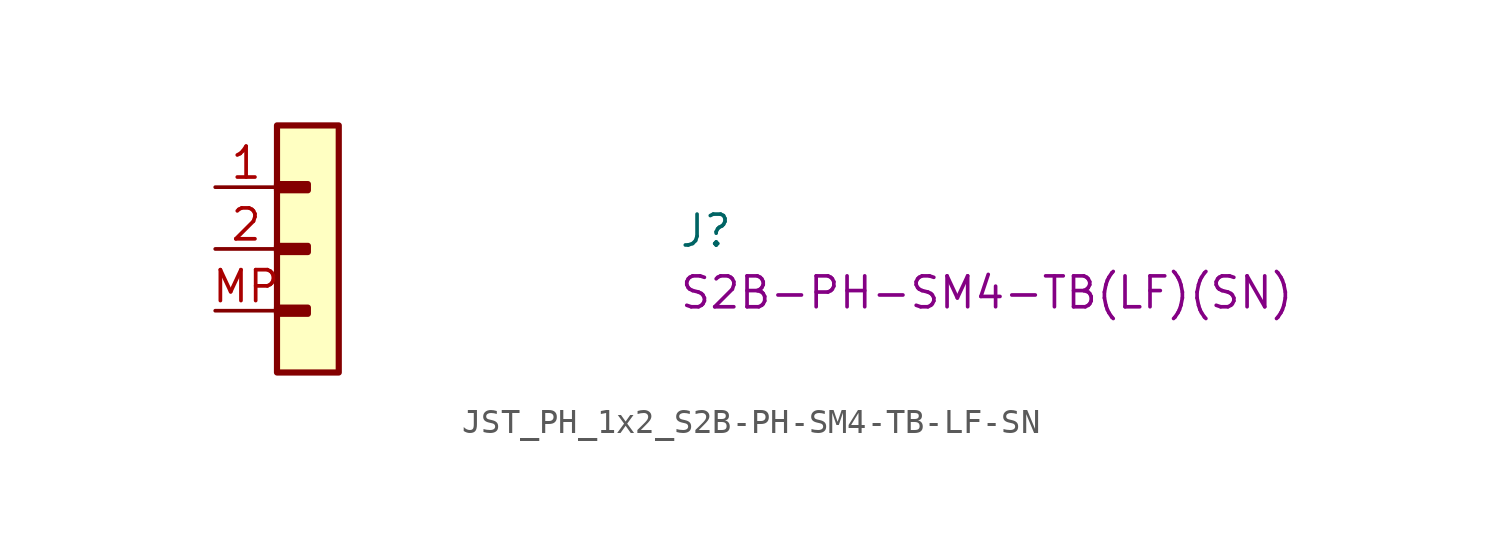
<source format=kicad_sym>
(kicad_symbol_lib
  (version 20220914)
  (generator kicad_symbol_editor)
  (symbol "JST_PH_1x2_S2B-PH-SM4-TB-LF-SN"
    (property "Reference" "J"
      (at 19.05 -2.54 0)
      (effects (font (size 1.27 1.27) (thickness 0.15)) (justify left bottom)))
    (property "MPN" "S2B-PH-SM4-TB(LF)(SN)"
      (at 19.05 -5.08 0)
      (effects (font (size 1.27 1.27) (thickness 0.15)) (justify left bottom)))
    (symbol "JST_PH_1x2_S2B-PH-SM4-TB-LF-SN_1_1"
      (rectangle (start 2.54 -4.953) (end 3.81 -5.207) (stroke (width 0.254) (type default)) (fill (type background)))
      (rectangle (start 2.54 -2.413) (end 3.81 -2.667) (stroke (width 0.254) (type default)) (fill (type background)))
      (rectangle (start 2.54 0.127) (end 3.81 -0.127) (stroke (width 0.254) (type default)) (fill (type background)))
      (rectangle (start 2.54 2.54) (end 5.08 -7.62) (stroke (width 0.254) (type default)) (fill (type background)))
      (pin passive line (at 0 0 0) (length 2.54) (name "~" (effects (font (size 1.27 1.27)))) (number "1" (effects (font (size 1.27 1.27)))))
      (pin passive line (at 0 -2.54 0) (length 2.54) (name "~" (effects (font (size 1.27 1.27)))) (number "2" (effects (font (size 1.27 1.27)))))
      (pin passive line (at 0 -5.08 0) (length 2.54) (name "~" (effects (font (size 1.27 1.27)))) (number "MP" (effects (font (size 1.27 1.27))))))))
</source>
